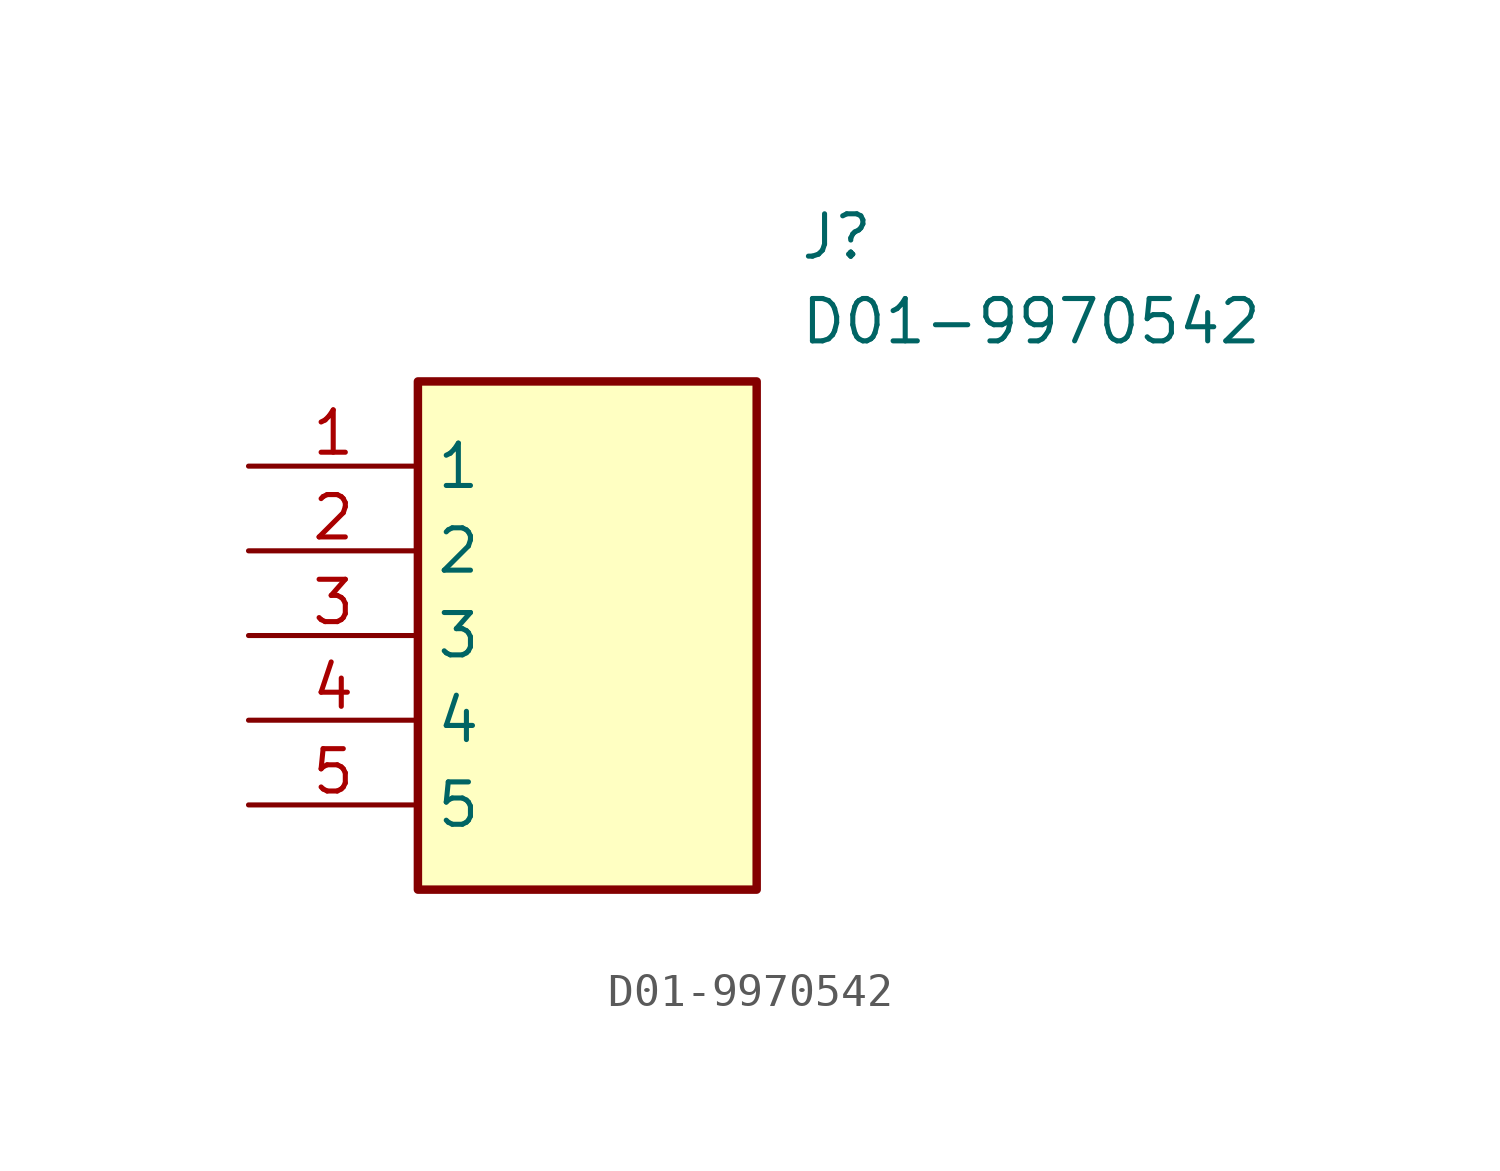
<source format=kicad_sym>
(kicad_symbol_lib
  (version 20211014)
  (generator SamacSys_ECAD_Model)
  (symbol "D01-9970542"
    (property "Reference" "J"
      (at 16.51 7.62 0)
      (effects (font (size 1.27 1.27)) (justify left top)))
    (property "Value" "D01-9970542"
      (at 16.51 5.08 0)
      (effects (font (size 1.27 1.27)) (justify left top)))
    (rectangle
      (start 5.08 2.54)
      (end 15.24 -12.7)
      (stroke (width 0.254) (type default))
      (fill (type background)))
    (pin passive line
      (at 0 0 0)
      (length 5.08)
      (name "1" (effects (font (size 1.27 1.27))))
      (number "1" (effects (font (size 1.27 1.27)))))
    (pin passive line
      (at 0 -2.54 0)
      (length 5.08)
      (name "2" (effects (font (size 1.27 1.27))))
      (number "2" (effects (font (size 1.27 1.27)))))
    (pin passive line
      (at 0 -5.08 0)
      (length 5.08)
      (name "3" (effects (font (size 1.27 1.27))))
      (number "3" (effects (font (size 1.27 1.27)))))
    (pin passive line
      (at 0 -7.62 0)
      (length 5.08)
      (name "4" (effects (font (size 1.27 1.27))))
      (number "4" (effects (font (size 1.27 1.27)))))
    (pin passive line
      (at 0 -10.16 0)
      (length 5.08)
      (name "5" (effects (font (size 1.27 1.27))))
      (number "5" (effects (font (size 1.27 1.27)))))))
</source>
